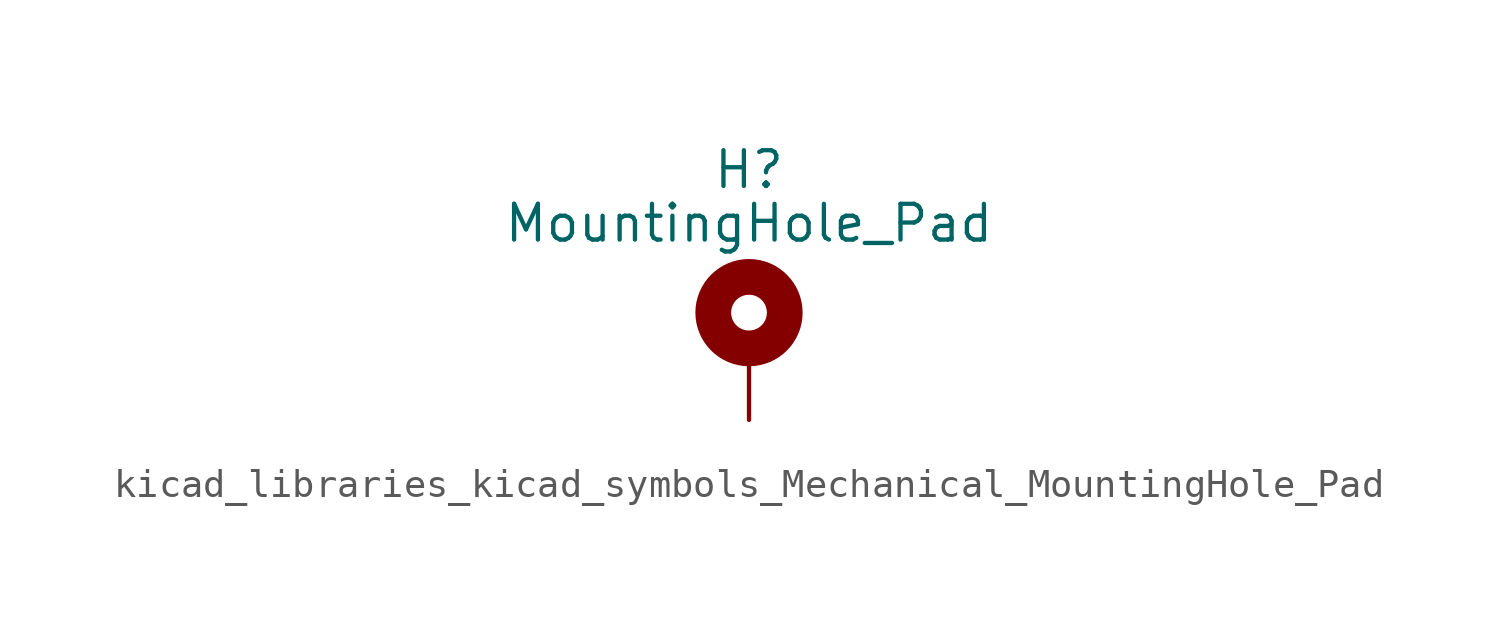
<source format=kicad_sym>
(kicad_symbol_lib
  (version 20220914)
  (generator kicad_symbol_editor)
  (symbol "kicad_libraries_kicad_symbols_Mechanical_MountingHole_Pad"
    (pin_numbers hide)
    (pin_names
      (offset 1.016) hide)
    (property "Reference" "H"
      (at 0 6.35 0)
      (effects (font (size 1.27 1.27))))
    (property "Value" "MountingHole_Pad"
      (at 0 4.445 0)
      (effects (font (size 1.27 1.27))))
    (symbol "kicad_libraries_kicad_symbols_Mechanical_MountingHole_Pad_0_1"
      (circle (center 0 1.27) (radius 1.27) (stroke (width 1.27) (type default)) (fill (type none))))
    (symbol "kicad_libraries_kicad_symbols_Mechanical_MountingHole_Pad_1_1"
      (pin input line (at 0 -2.54 90) (length 2.54) (name "1" (effects (font (size 1.27 1.27)))) (number "1" (effects (font (size 1.27 1.27))))))))
</source>
